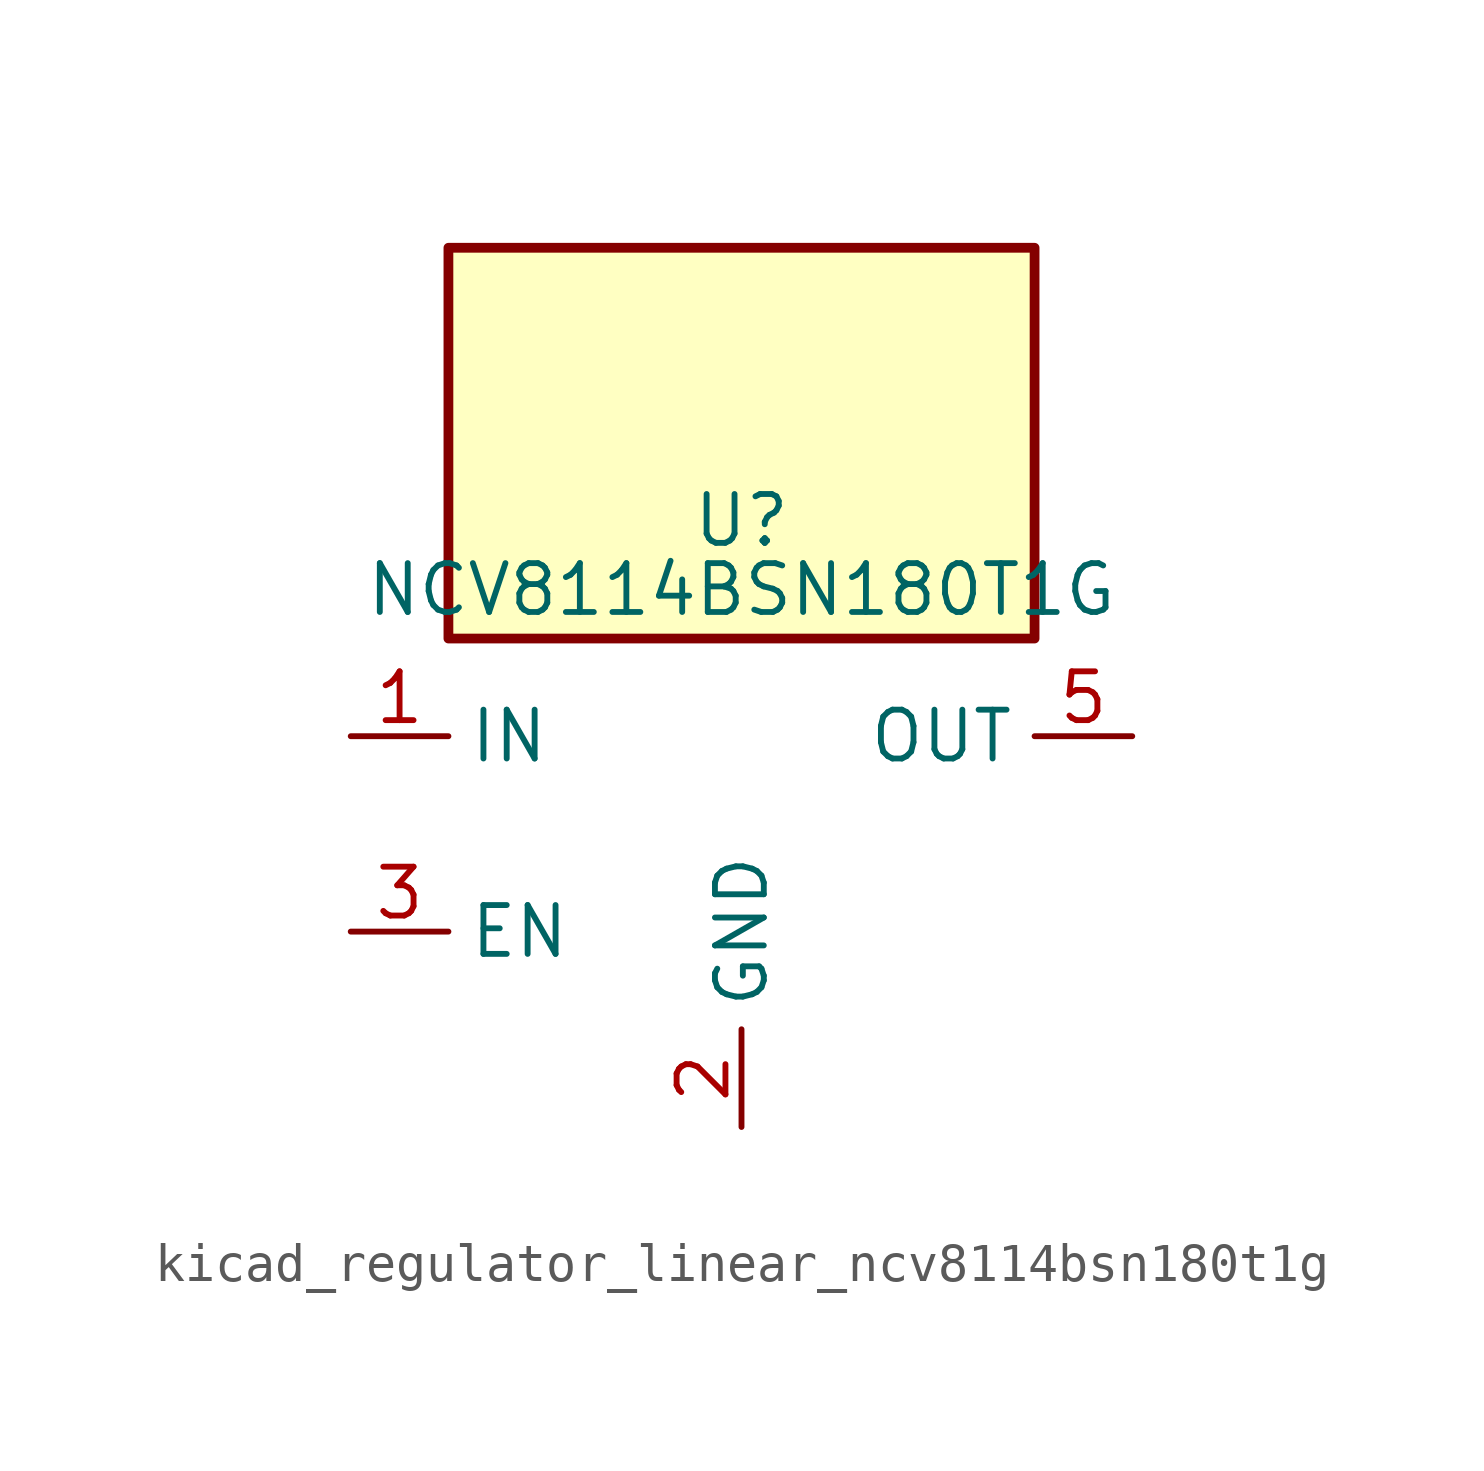
<source format=kicad_sym>
(kicad_symbol_lib
  (version 20220914)
  (generator kicad_symbol_editor)
  (symbol "kicad_regulator_linear_ncv8114bsn180t1g"
    (property "Reference" "U"
      (at 0 8.89 0)
      (effects (font (size 1.27 1.27)) (justify top)))
    (property "Value" "NCV8114BSN180T1G"
      (at 0 6.35 0)
      (effects (font (size 1.27 1.27))))
    (symbol "kicad_regulator_linear_ncv8114bsn180t1g_0_1"
      (rectangle (start 7.62 15.24) (end -7.62 5.08) (stroke (width 0.254) (type default)) (fill (type background))))
    (symbol "kicad_regulator_linear_ncv8114bsn180t1g_1_1"
      (pin power_in line (at -10.16 2.54 0) (length 2.54) (name "IN" (effects (font (size 1.27 1.27)))) (number "1" (effects (font (size 1.27 1.27)))))
      (pin power_in line (at 0 -7.62 90) (length 2.54) (name "GND" (effects (font (size 1.27 1.27)))) (number "2" (effects (font (size 1.27 1.27)))))
      (pin input line (at -10.16 -2.54 0) (length 2.54) (name "EN" (effects (font (size 1.27 1.27)))) (number "3" (effects (font (size 1.27 1.27)))))
      (pin no_connect line (at 7.62 -2.54 180) (length 2.54) hide (name "NC" (effects (font (size 1.27 1.27)))) (number "4" (effects (font (size 1.27 1.27)))))
      (pin power_out line (at 10.16 2.54 180) (length 2.54) (name "OUT" (effects (font (size 1.27 1.27)))) (number "5" (effects (font (size 1.27 1.27))))))))
</source>
